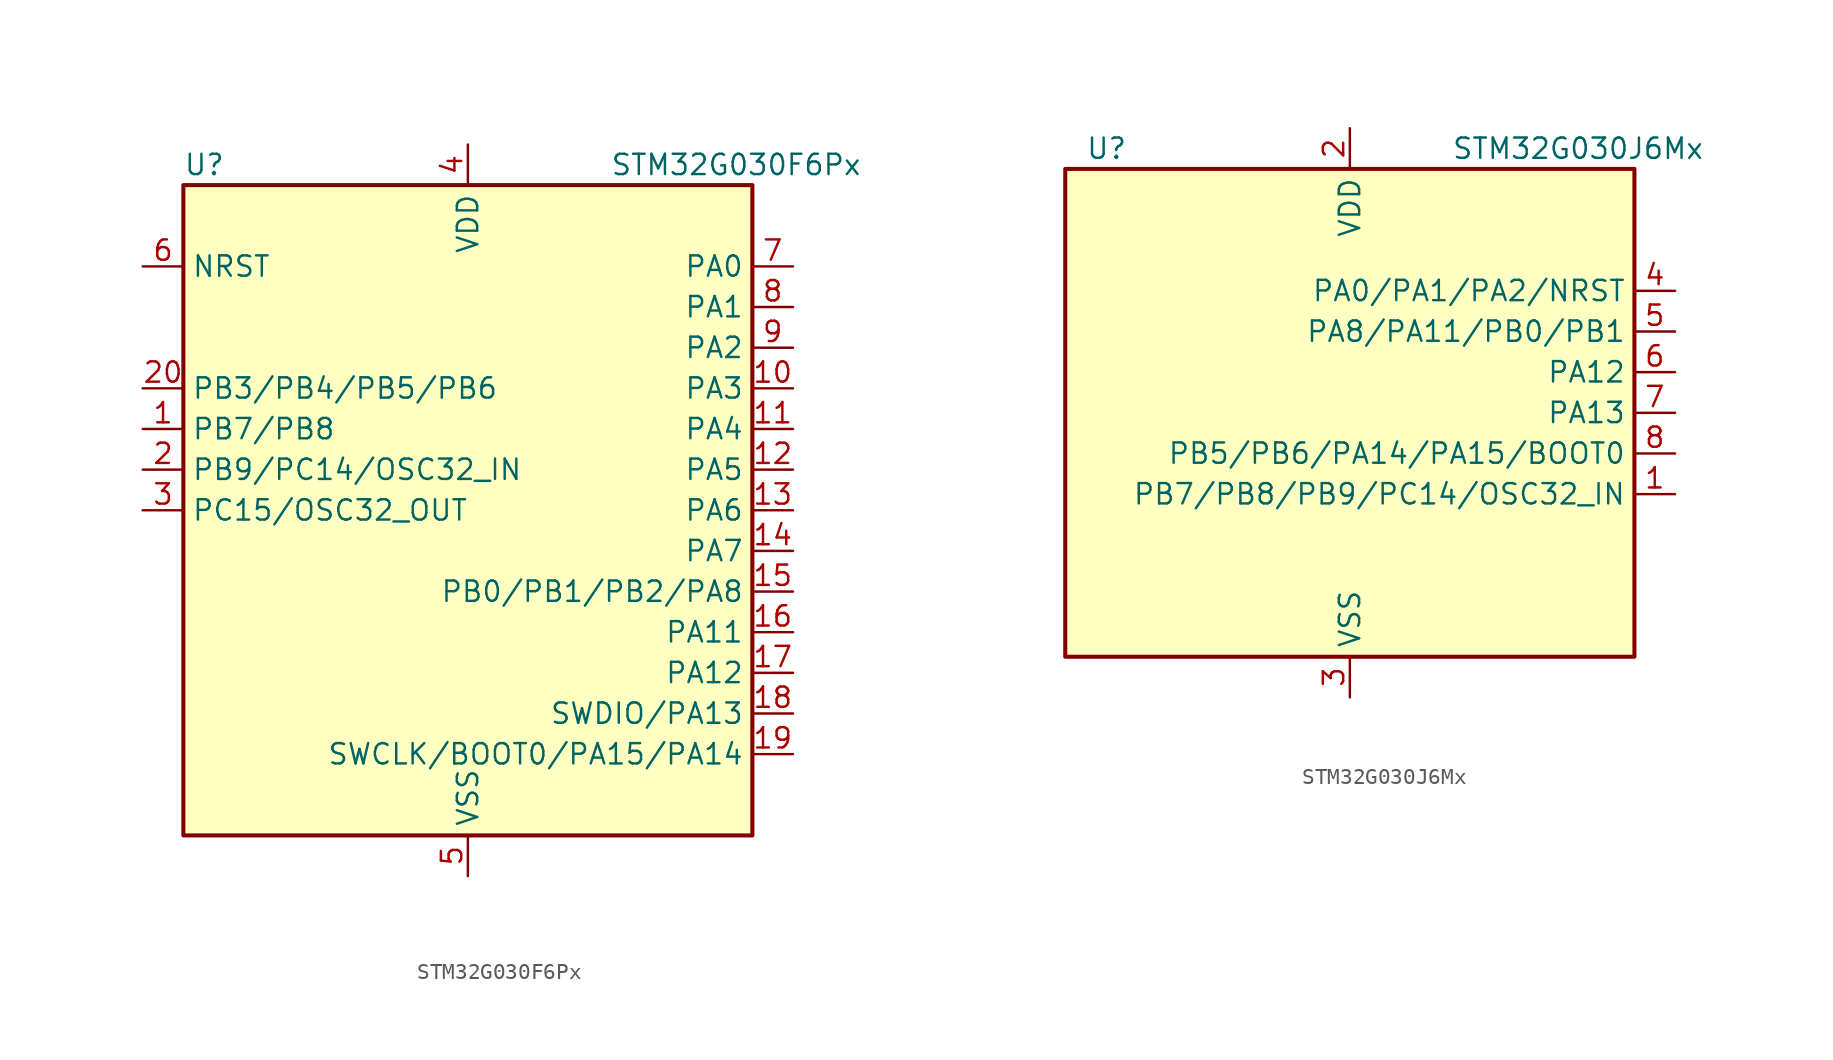
<source format=kicad_sym>
(kicad_symbol_lib
  (version 20211014)
  (generator kicad_symbol_editor)
  (symbol "STM32G030F6Px"
    (property "Reference" "U"
      (at -17.78 21.59 0)
      (effects (font (size 1.27 1.27)) (justify left)))
    (property "Value" "STM32G030F6Px"
      (at 8.89 21.59 0)
      (effects (font (size 1.27 1.27)) (justify left)))
    (symbol "STM32G030F6Px_0_1"
      (rectangle (start -17.78 20.32) (end 17.78 -20.32) (stroke (width 0.254) (type default) (color 0 0 0 0)) (fill (type background))))
    (symbol "STM32G030F6Px_1_1"
      (pin bidirectional line (at -20.32 5.08 0) (length 2.54) (name "PB7/PB8" (effects (font (size 1.27 1.27)))) (number "1" (effects (font (size 1.27 1.27)))))
      (pin bidirectional line (at 20.32 7.62 180) (length 2.54) (name "PA3" (effects (font (size 1.27 1.27)))) (number "10" (effects (font (size 1.27 1.27)))))
      (pin bidirectional line (at 20.32 5.08 180) (length 2.54) (name "PA4" (effects (font (size 1.27 1.27)))) (number "11" (effects (font (size 1.27 1.27)))))
      (pin bidirectional line (at 20.32 2.54 180) (length 2.54) (name "PA5" (effects (font (size 1.27 1.27)))) (number "12" (effects (font (size 1.27 1.27)))))
      (pin bidirectional line (at 20.32 0 180) (length 2.54) (name "PA6" (effects (font (size 1.27 1.27)))) (number "13" (effects (font (size 1.27 1.27)))))
      (pin bidirectional line (at 20.32 -2.54 180) (length 2.54) (name "PA7" (effects (font (size 1.27 1.27)))) (number "14" (effects (font (size 1.27 1.27)))))
      (pin bidirectional line (at 20.32 -5.08 180) (length 2.54) (name "PB0/PB1/PB2/PA8" (effects (font (size 1.27 1.27)))) (number "15" (effects (font (size 1.27 1.27)))))
      (pin bidirectional line (at 20.32 -7.62 180) (length 2.54) (name "PA11" (effects (font (size 1.27 1.27)))) (number "16" (effects (font (size 1.27 1.27)))))
      (pin bidirectional line (at 20.32 -10.16 180) (length 2.54) (name "PA12" (effects (font (size 1.27 1.27)))) (number "17" (effects (font (size 1.27 1.27)))))
      (pin bidirectional line (at 20.32 -12.7 180) (length 2.54) (name "SWDIO/PA13" (effects (font (size 1.27 1.27)))) (number "18" (effects (font (size 1.27 1.27)))))
      (pin bidirectional line (at 20.32 -15.24 180) (length 2.54) (name "SWCLK/BOOT0/PA15/PA14" (effects (font (size 1.27 1.27)))) (number "19" (effects (font (size 1.27 1.27)))))
      (pin bidirectional line (at -20.32 2.54 0) (length 2.54) (name "PB9/PC14/OSC32_IN" (effects (font (size 1.27 1.27)))) (number "2" (effects (font (size 1.27 1.27)))))
      (pin bidirectional line (at -20.32 7.62 0) (length 2.54) (name "PB3/PB4/PB5/PB6" (effects (font (size 1.27 1.27)))) (number "20" (effects (font (size 1.27 1.27)))))
      (pin bidirectional line (at -20.32 0 0) (length 2.54) (name "PC15/OSC32_OUT" (effects (font (size 1.27 1.27)))) (number "3" (effects (font (size 1.27 1.27)))))
      (pin power_in line (at 0 22.86 270) (length 2.54) (name "VDD" (effects (font (size 1.27 1.27)))) (number "4" (effects (font (size 1.27 1.27)))))
      (pin power_in line (at 0 -22.86 90) (length 2.54) (name "VSS" (effects (font (size 1.27 1.27)))) (number "5" (effects (font (size 1.27 1.27)))))
      (pin input line (at -20.32 15.24 0) (length 2.54) (name "NRST" (effects (font (size 1.27 1.27)))) (number "6" (effects (font (size 1.27 1.27)))))
      (pin bidirectional line (at 20.32 15.24 180) (length 2.54) (name "PA0" (effects (font (size 1.27 1.27)))) (number "7" (effects (font (size 1.27 1.27)))))
      (pin bidirectional line (at 20.32 12.7 180) (length 2.54) (name "PA1" (effects (font (size 1.27 1.27)))) (number "8" (effects (font (size 1.27 1.27)))))
      (pin bidirectional line (at 20.32 10.16 180) (length 2.54) (name "PA2" (effects (font (size 1.27 1.27)))) (number "9" (effects (font (size 1.27 1.27)))))))
  (symbol "STM32G030J6Mx"
    (property "Reference" "U"
      (at -16.51 16.51 0)
      (effects (font (size 1.27 1.27)) (justify left)))
    (property "Value" "STM32G030J6Mx"
      (at 6.35 16.51 0)
      (effects (font (size 1.27 1.27)) (justify left)))
    (symbol "STM32G030J6Mx_0_1"
      (rectangle (start -17.78 15.24) (end 17.78 -15.24) (stroke (width 0.254) (type default) (color 0 0 0 0)) (fill (type background))))
    (symbol "STM32G030J6Mx_1_1"
      (pin bidirectional line (at 20.32 -5.08 180) (length 2.54) (name "PB7/PB8/PB9/PC14/OSC32_IN" (effects (font (size 1.27 1.27)))) (number "1" (effects (font (size 1.27 1.27)))))
      (pin power_in line (at 0 17.78 270) (length 2.54) (name "VDD" (effects (font (size 1.27 1.27)))) (number "2" (effects (font (size 1.27 1.27)))))
      (pin power_in line (at 0 -17.78 90) (length 2.54) (name "VSS" (effects (font (size 1.27 1.27)))) (number "3" (effects (font (size 1.27 1.27)))))
      (pin bidirectional line (at 20.32 7.62 180) (length 2.54) (name "PA0/PA1/PA2/NRST" (effects (font (size 1.27 1.27)))) (number "4" (effects (font (size 1.27 1.27)))))
      (pin bidirectional line (at 20.32 5.08 180) (length 2.54) (name "PA8/PA11/PB0/PB1" (effects (font (size 1.27 1.27)))) (number "5" (effects (font (size 1.27 1.27)))))
      (pin bidirectional line (at 20.32 2.54 180) (length 2.54) (name "PA12" (effects (font (size 1.27 1.27)))) (number "6" (effects (font (size 1.27 1.27)))))
      (pin bidirectional line (at 20.32 0 180) (length 2.54) (name "PA13" (effects (font (size 1.27 1.27)))) (number "7" (effects (font (size 1.27 1.27)))))
      (pin bidirectional line (at 20.32 -2.54 180) (length 2.54) (name "PB5/PB6/PA14/PA15/BOOT0" (effects (font (size 1.27 1.27)))) (number "8" (effects (font (size 1.27 1.27))))))))
</source>
